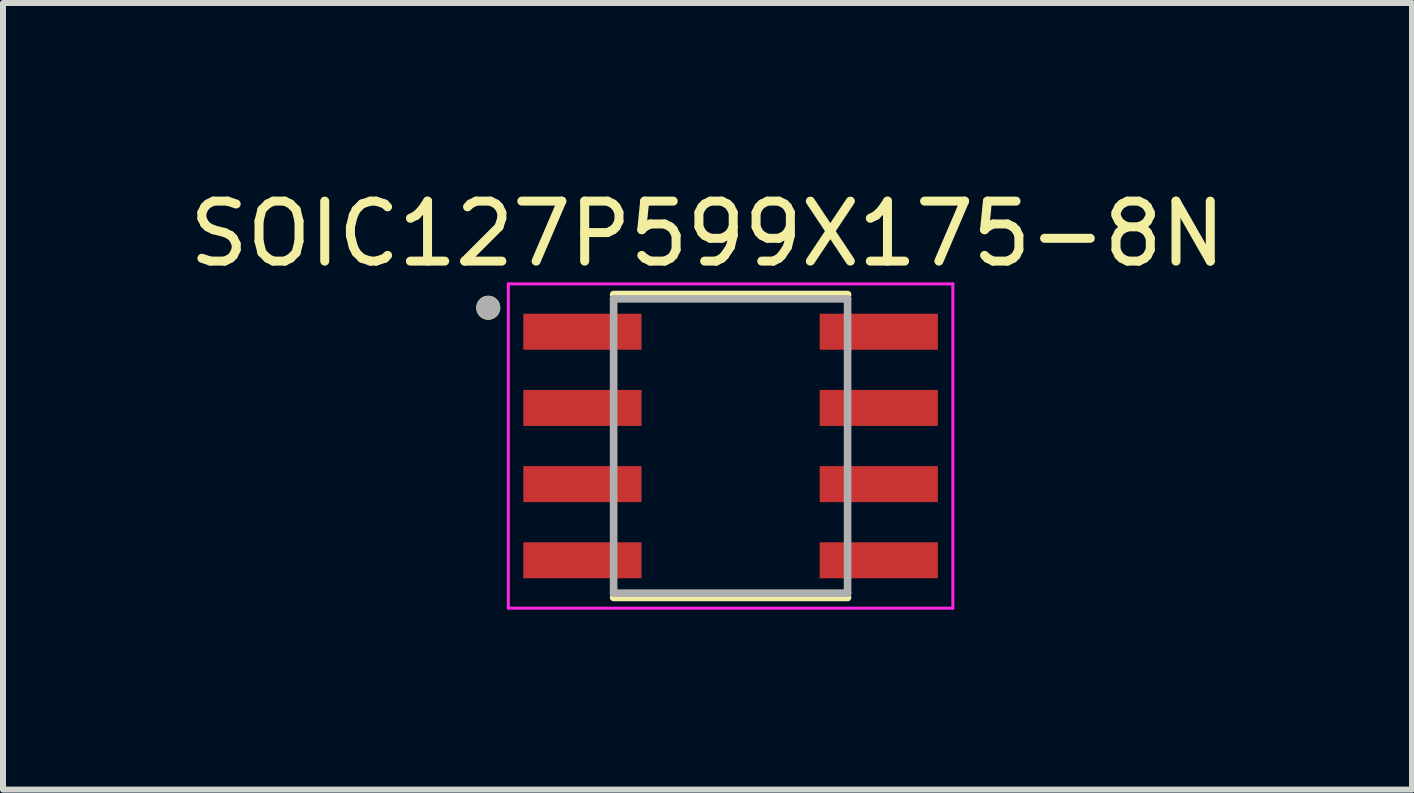
<source format=kicad_pcb>
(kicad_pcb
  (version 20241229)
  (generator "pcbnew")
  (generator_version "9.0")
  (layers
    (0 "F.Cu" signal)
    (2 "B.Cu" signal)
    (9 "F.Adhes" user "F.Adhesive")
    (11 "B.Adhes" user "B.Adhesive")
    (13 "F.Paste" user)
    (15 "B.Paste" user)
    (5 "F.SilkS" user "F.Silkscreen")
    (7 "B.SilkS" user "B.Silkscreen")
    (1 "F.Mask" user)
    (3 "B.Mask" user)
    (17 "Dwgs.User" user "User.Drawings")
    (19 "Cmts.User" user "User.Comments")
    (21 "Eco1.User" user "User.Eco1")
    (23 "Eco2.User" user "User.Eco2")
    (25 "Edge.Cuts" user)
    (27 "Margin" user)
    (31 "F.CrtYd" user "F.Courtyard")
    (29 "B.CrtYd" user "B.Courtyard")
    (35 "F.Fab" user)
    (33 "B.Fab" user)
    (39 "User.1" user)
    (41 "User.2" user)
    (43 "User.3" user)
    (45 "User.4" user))
  (footprint "SOIC127P599X175-8N"
    (layer "F.Cu")
    (at 9.129 4.385)
    (property "Reference" "SOIC127P599X175-8N" (at -0.385 -3.537 0) (layer "F.SilkS") (effects (font (size 1 1) (thickness 0.15))))
    (attr through_hole)
    (fp_line (start -1.95 -2.525) (end 1.95 -2.525) (stroke (width 0.127) (type solid)) (layer "F.SilkS"))
    (fp_line (start -1.95 2.525) (end 1.95 2.525) (stroke (width 0.127) (type solid)) (layer "F.SilkS"))
    (fp_circle (center -4.04 -2.305) (end -3.94 -2.305) (stroke (width 0.2) (type solid)) (fill no) (layer "F.SilkS"))
    (fp_line (start -3.705 -2.703) (end -3.705 2.703) (stroke (width 0.05) (type solid)) (layer "F.CrtYd"))
    (fp_line (start -3.705 -2.703) (end 3.705 -2.703) (stroke (width 0.05) (type solid)) (layer "F.CrtYd"))
    (fp_line (start -3.705 2.703) (end 3.705 2.703) (stroke (width 0.05) (type solid)) (layer "F.CrtYd"))
    (fp_line (start 3.705 -2.703) (end 3.705 2.703) (stroke (width 0.05) (type solid)) (layer "F.CrtYd"))
    (fp_line (start -1.95 -2.453) (end -1.95 2.453) (stroke (width 0.127) (type solid)) (layer "F.Fab"))
    (fp_line (start -1.95 -2.453) (end 1.95 -2.453) (stroke (width 0.127) (type solid)) (layer "F.Fab"))
    (fp_line (start -1.95 2.453) (end 1.95 2.453) (stroke (width 0.127) (type solid)) (layer "F.Fab"))
    (fp_line (start 1.95 -2.453) (end 1.95 2.453) (stroke (width 0.127) (type solid)) (layer "F.Fab"))
    (fp_circle (center -4.04 -2.305) (end -3.94 -2.305) (stroke (width 0.2) (type solid)) (fill no) (layer "F.Fab"))
    (pad "1" smd rect (at -2.47 -1.905) (size 1.97 0.6) (layers "F.Cu" "F.Mask" "F.Paste"))
    (pad "2" smd rect (at -2.47 -0.635) (size 1.97 0.6) (layers "F.Cu" "F.Mask" "F.Paste"))
    (pad "3" smd rect (at -2.47 0.635) (size 1.97 0.6) (layers "F.Cu" "F.Mask" "F.Paste"))
    (pad "4" smd rect (at -2.47 1.905) (size 1.97 0.6) (layers "F.Cu" "F.Mask" "F.Paste"))
    (pad "5" smd rect (at 2.47 1.905) (size 1.97 0.6) (layers "F.Cu" "F.Mask" "F.Paste"))
    (pad "6" smd rect (at 2.47 0.635) (size 1.97 0.6) (layers "F.Cu" "F.Mask" "F.Paste"))
    (pad "7" smd rect (at 2.47 -0.635) (size 1.97 0.6) (layers "F.Cu" "F.Mask" "F.Paste"))
    (pad "8" smd rect (at 2.47 -1.905) (size 1.97 0.6) (layers "F.Cu" "F.Mask" "F.Paste")))
  (gr_rect
    (start -3 -3)
    (end 20.488 10.113)
    (stroke (width 0.1) (type default))
    (fill no)
    (layer "Edge.Cuts")))
</source>
